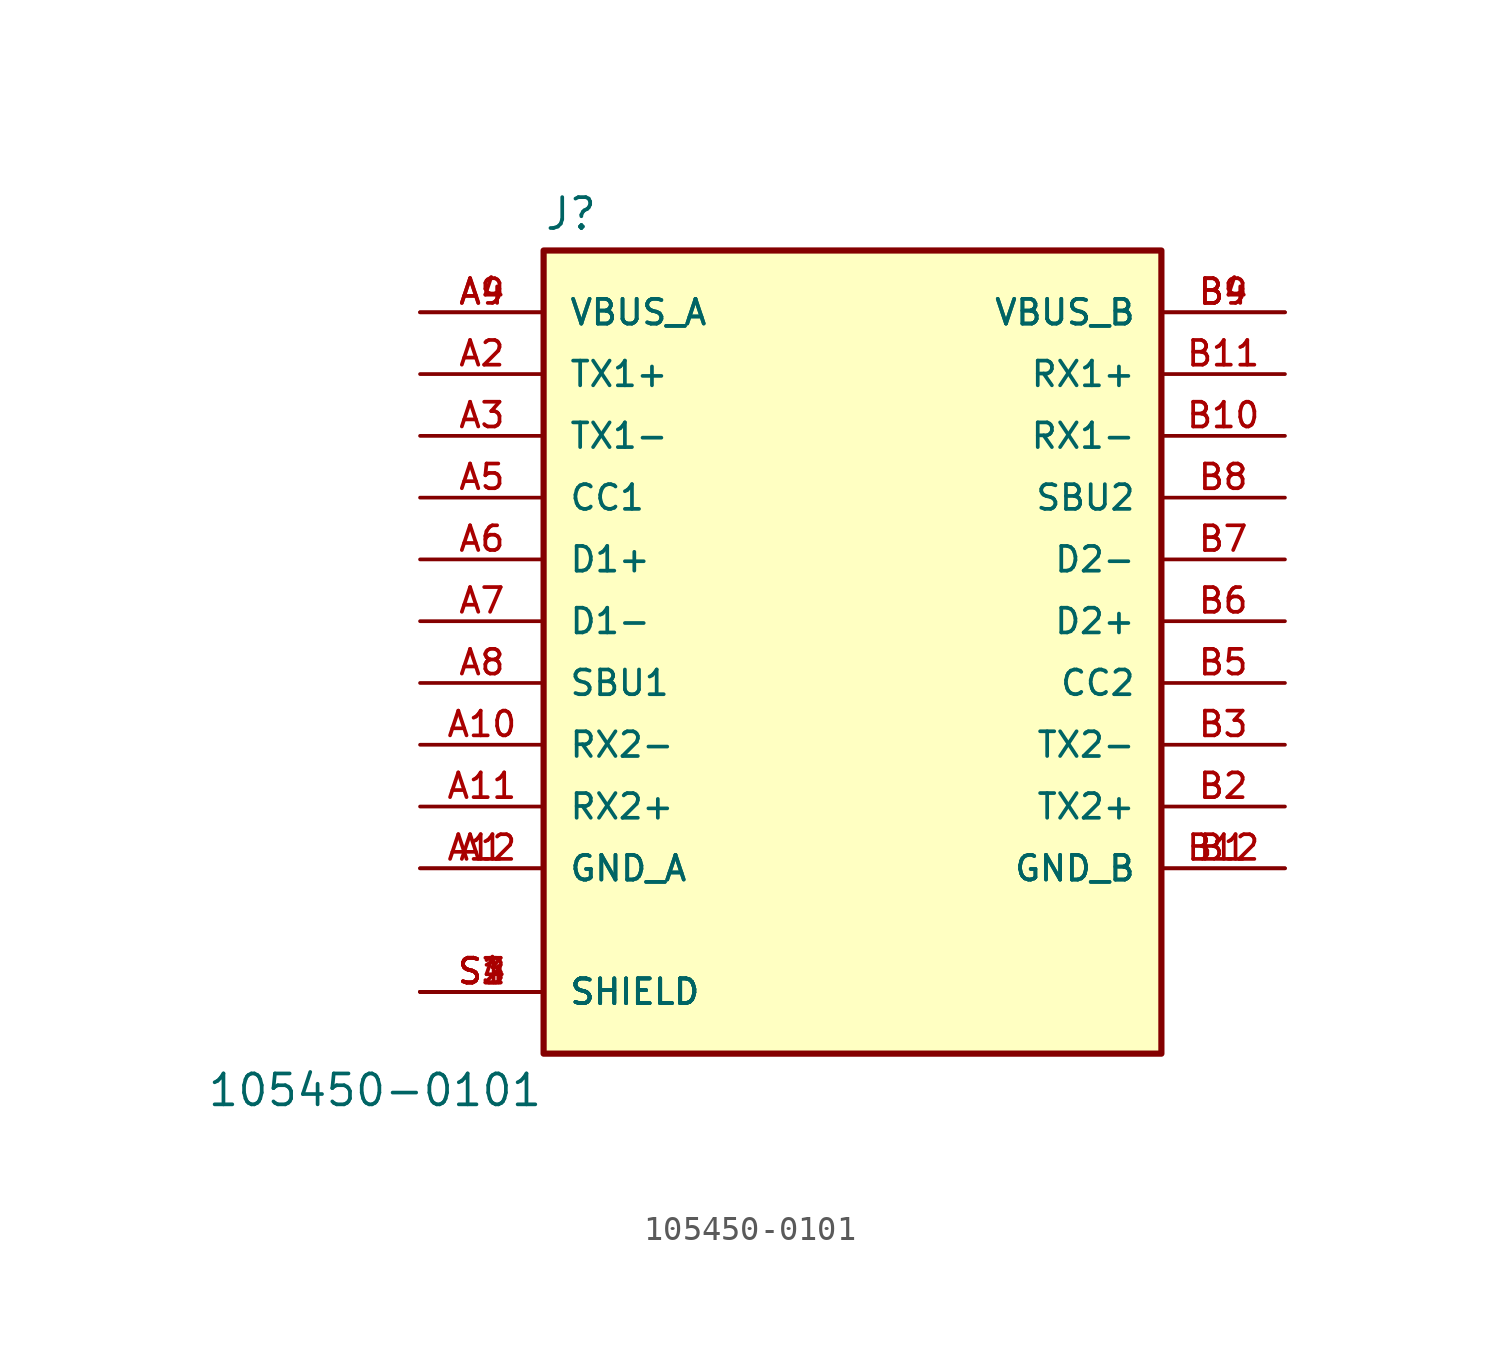
<source format=kicad_sym>
(kicad_symbol_lib
  (version 20211014)
  (generator kicad_symbol_editor)
  (symbol "105450-0101"
    (pin_names
      (offset 1.016))
    (property "Reference" "J"
      (at -12.7 16.002 0)
      (effects (font (size 1.27 1.27)) (justify left bottom)))
    (property "Value" "105450-0101"
      (at -12.7 -18.542 0)
      (effects (font (size 1.27 1.27)) (justify right top mirror)))
    (symbol "105450-0101_0_0"
      (rectangle (start -12.7 -17.78) (end 12.7 15.24) (stroke (width 0.254) (type default) (color 0 0 0 0)) (fill (type background)))
      (pin power_in line (at -17.78 -10.16 0) (length 5.08) (name "GND_A" (effects (font (size 1.016 1.016)))) (number "A1" (effects (font (size 1.016 1.016)))))
      (pin bidirectional line (at -17.78 -5.08 0) (length 5.08) (name "RX2-" (effects (font (size 1.016 1.016)))) (number "A10" (effects (font (size 1.016 1.016)))))
      (pin bidirectional line (at -17.78 -7.62 0) (length 5.08) (name "RX2+" (effects (font (size 1.016 1.016)))) (number "A11" (effects (font (size 1.016 1.016)))))
      (pin power_in line (at -17.78 -10.16 0) (length 5.08) (name "GND_A" (effects (font (size 1.016 1.016)))) (number "A12" (effects (font (size 1.016 1.016)))))
      (pin bidirectional line (at -17.78 10.16 0) (length 5.08) (name "TX1+" (effects (font (size 1.016 1.016)))) (number "A2" (effects (font (size 1.016 1.016)))))
      (pin bidirectional line (at -17.78 7.62 0) (length 5.08) (name "TX1-" (effects (font (size 1.016 1.016)))) (number "A3" (effects (font (size 1.016 1.016)))))
      (pin power_in line (at -17.78 12.7 0) (length 5.08) (name "VBUS_A" (effects (font (size 1.016 1.016)))) (number "A4" (effects (font (size 1.016 1.016)))))
      (pin bidirectional line (at -17.78 5.08 0) (length 5.08) (name "CC1" (effects (font (size 1.016 1.016)))) (number "A5" (effects (font (size 1.016 1.016)))))
      (pin bidirectional line (at -17.78 2.54 0) (length 5.08) (name "D1+" (effects (font (size 1.016 1.016)))) (number "A6" (effects (font (size 1.016 1.016)))))
      (pin bidirectional line (at -17.78 0 0) (length 5.08) (name "D1-" (effects (font (size 1.016 1.016)))) (number "A7" (effects (font (size 1.016 1.016)))))
      (pin bidirectional line (at -17.78 -2.54 0) (length 5.08) (name "SBU1" (effects (font (size 1.016 1.016)))) (number "A8" (effects (font (size 1.016 1.016)))))
      (pin power_in line (at -17.78 12.7 0) (length 5.08) (name "VBUS_A" (effects (font (size 1.016 1.016)))) (number "A9" (effects (font (size 1.016 1.016)))))
      (pin power_in line (at 17.78 -10.16 180) (length 5.08) (name "GND_B" (effects (font (size 1.016 1.016)))) (number "B1" (effects (font (size 1.016 1.016)))))
      (pin bidirectional line (at 17.78 7.62 180) (length 5.08) (name "RX1-" (effects (font (size 1.016 1.016)))) (number "B10" (effects (font (size 1.016 1.016)))))
      (pin bidirectional line (at 17.78 10.16 180) (length 5.08) (name "RX1+" (effects (font (size 1.016 1.016)))) (number "B11" (effects (font (size 1.016 1.016)))))
      (pin power_in line (at 17.78 -10.16 180) (length 5.08) (name "GND_B" (effects (font (size 1.016 1.016)))) (number "B12" (effects (font (size 1.016 1.016)))))
      (pin bidirectional line (at 17.78 -7.62 180) (length 5.08) (name "TX2+" (effects (font (size 1.016 1.016)))) (number "B2" (effects (font (size 1.016 1.016)))))
      (pin bidirectional line (at 17.78 -5.08 180) (length 5.08) (name "TX2-" (effects (font (size 1.016 1.016)))) (number "B3" (effects (font (size 1.016 1.016)))))
      (pin power_in line (at 17.78 12.7 180) (length 5.08) (name "VBUS_B" (effects (font (size 1.016 1.016)))) (number "B4" (effects (font (size 1.016 1.016)))))
      (pin bidirectional line (at 17.78 -2.54 180) (length 5.08) (name "CC2" (effects (font (size 1.016 1.016)))) (number "B5" (effects (font (size 1.016 1.016)))))
      (pin bidirectional line (at 17.78 0 180) (length 5.08) (name "D2+" (effects (font (size 1.016 1.016)))) (number "B6" (effects (font (size 1.016 1.016)))))
      (pin bidirectional line (at 17.78 2.54 180) (length 5.08) (name "D2-" (effects (font (size 1.016 1.016)))) (number "B7" (effects (font (size 1.016 1.016)))))
      (pin bidirectional line (at 17.78 5.08 180) (length 5.08) (name "SBU2" (effects (font (size 1.016 1.016)))) (number "B8" (effects (font (size 1.016 1.016)))))
      (pin power_in line (at 17.78 12.7 180) (length 5.08) (name "VBUS_B" (effects (font (size 1.016 1.016)))) (number "B9" (effects (font (size 1.016 1.016)))))
      (pin passive line (at -17.78 -15.24 0) (length 5.08) (name "SHIELD" (effects (font (size 1.016 1.016)))) (number "S1" (effects (font (size 1.016 1.016)))))
      (pin passive line (at -17.78 -15.24 0) (length 5.08) (name "SHIELD" (effects (font (size 1.016 1.016)))) (number "S2" (effects (font (size 1.016 1.016)))))
      (pin passive line (at -17.78 -15.24 0) (length 5.08) (name "SHIELD" (effects (font (size 1.016 1.016)))) (number "S3" (effects (font (size 1.016 1.016)))))
      (pin passive line (at -17.78 -15.24 0) (length 5.08) (name "SHIELD" (effects (font (size 1.016 1.016)))) (number "S4" (effects (font (size 1.016 1.016))))))))
</source>
